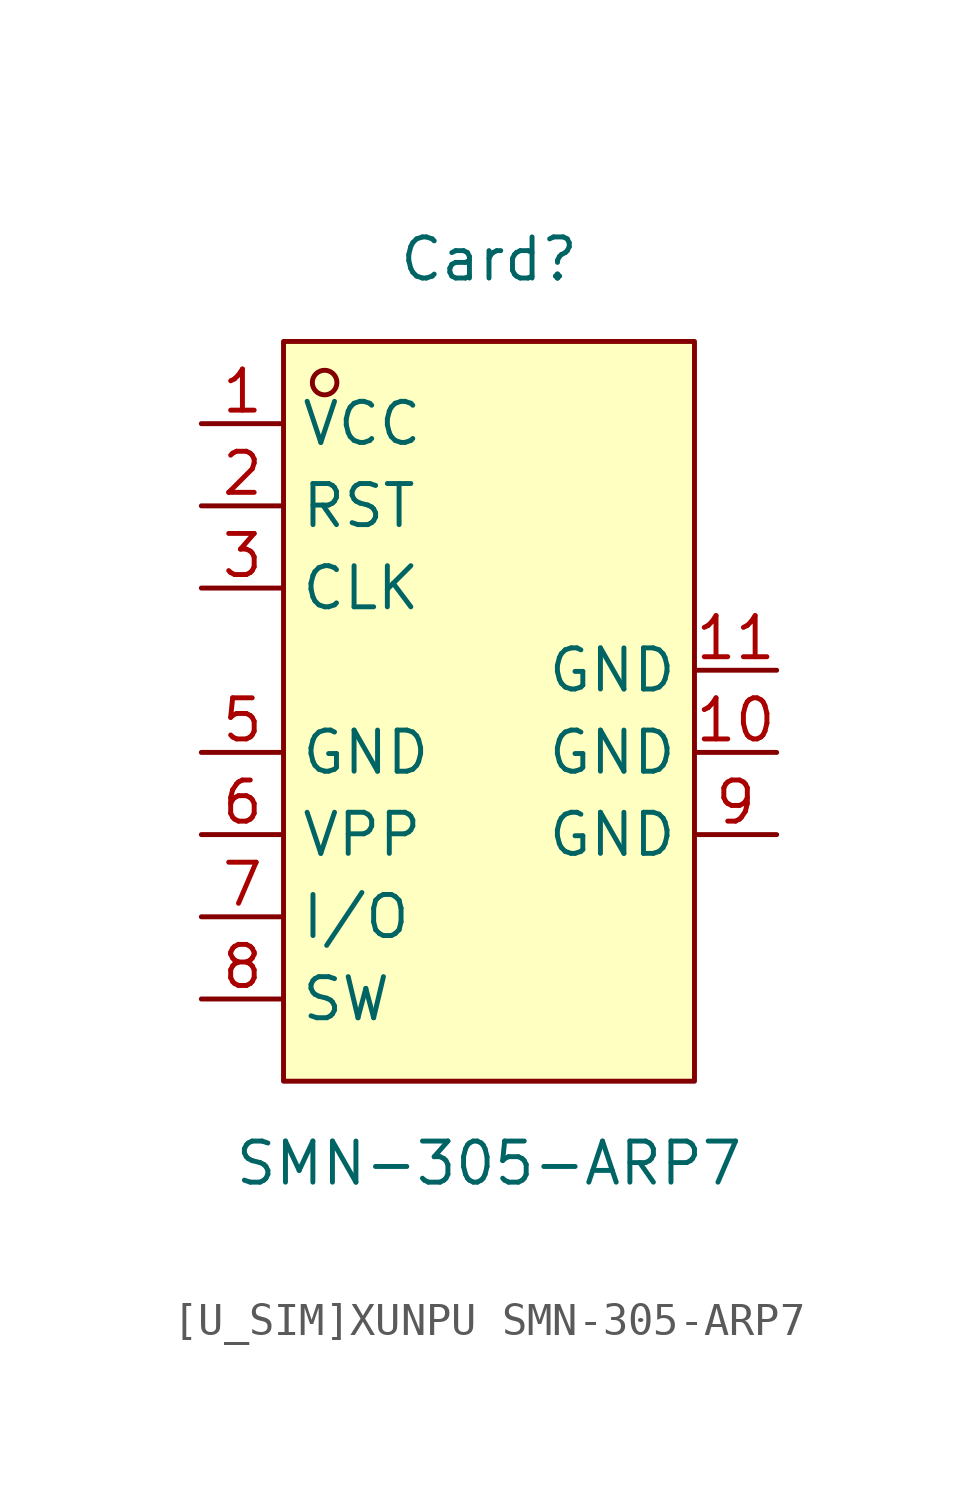
<source format=kicad_sym>
(kicad_symbol_lib
  (version 20220914)
  (generator kicad_symbol_editor)
  (symbol "[U_SIM]XUNPU SMN-305-ARP7"
    (property "Reference" "Card"
      (at 0 13.97 0)
      (effects (font (size 1.27 1.27))))
    (property "Value" "SMN-305-ARP7"
      (at 0 -13.97 0)
      (effects (font (size 1.27 1.27))))
    (symbol "[U_SIM]XUNPU SMN-305-ARP7_0_1"
      (rectangle (start -6.35 11.43) (end 6.35 -11.43) (stroke (width 0) (type default)) (fill (type background)))
      (circle (center -5.08 10.16) (radius 0.38) (stroke (width 0) (type default)) (fill (type none)))
      (pin unspecified line (at -8.89 8.89 0) (length 2.54) (name "VCC" (effects (font (size 1.27 1.27)))) (number "1" (effects (font (size 1.27 1.27)))))
      (pin unspecified line (at 8.89 -1.27 180) (length 2.54) (name "GND" (effects (font (size 1.27 1.27)))) (number "10" (effects (font (size 1.27 1.27)))))
      (pin unspecified line (at 8.89 1.27 180) (length 2.54) (name "GND" (effects (font (size 1.27 1.27)))) (number "11" (effects (font (size 1.27 1.27)))))
      (pin unspecified line (at -8.89 6.35 0) (length 2.54) (name "RST" (effects (font (size 1.27 1.27)))) (number "2" (effects (font (size 1.27 1.27)))))
      (pin unspecified line (at -8.89 3.81 0) (length 2.54) (name "CLK" (effects (font (size 1.27 1.27)))) (number "3" (effects (font (size 1.27 1.27)))))
      (pin unspecified line (at -8.89 -1.27 0) (length 2.54) (name "GND" (effects (font (size 1.27 1.27)))) (number "5" (effects (font (size 1.27 1.27)))))
      (pin unspecified line (at -8.89 -3.81 0) (length 2.54) (name "VPP" (effects (font (size 1.27 1.27)))) (number "6" (effects (font (size 1.27 1.27)))))
      (pin unspecified line (at -8.89 -6.35 0) (length 2.54) (name "I/O" (effects (font (size 1.27 1.27)))) (number "7" (effects (font (size 1.27 1.27)))))
      (pin unspecified line (at -8.89 -8.89 0) (length 2.54) (name "SW" (effects (font (size 1.27 1.27)))) (number "8" (effects (font (size 1.27 1.27)))))
      (pin unspecified line (at 8.89 -3.81 180) (length 2.54) (name "GND" (effects (font (size 1.27 1.27)))) (number "9" (effects (font (size 1.27 1.27))))))))
</source>
